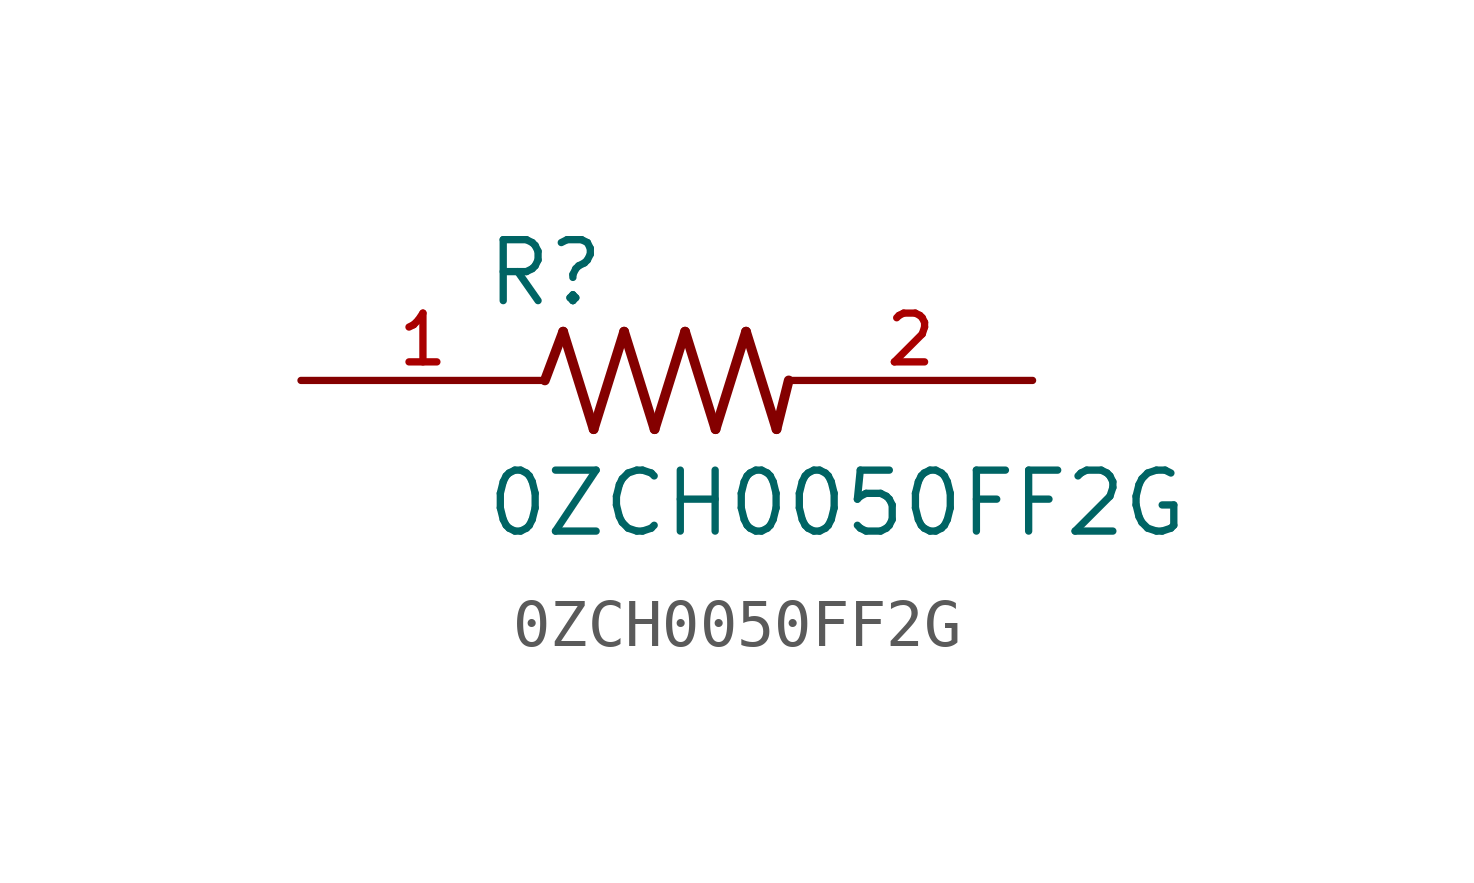
<source format=kicad_sym>
(kicad_symbol_lib
  (version 20211014)
  (generator kicad_symbol_editor)
  (symbol "0ZCH0050FF2G"
    (pin_names
      (offset 1.016))
    (property "Reference" "R"
      (at -3.81 1.499 0)
      (effects (font (size 1.27 1.27)) (justify bottom left)))
    (property "Value" "0ZCH0050FF2G"
      (at -3.81 -3.302 0)
      (effects (font (size 1.27 1.27)) (justify bottom left)))
    (symbol "0ZCH0050FF2G_0_0"
      (polyline (pts (xy -2.54 0.0) (xy -2.159 1.016)) (stroke (width 0.203)))
      (polyline (pts (xy -2.159 1.016) (xy -1.524 -1.016)) (stroke (width 0.203)))
      (polyline (pts (xy -1.524 -1.016) (xy -0.889 1.016)) (stroke (width 0.203)))
      (polyline (pts (xy -0.889 1.016) (xy -0.254 -1.016)) (stroke (width 0.203)))
      (polyline (pts (xy -0.254 -1.016) (xy 0.381 1.016)) (stroke (width 0.203)))
      (polyline (pts (xy 0.381 1.016) (xy 1.016 -1.016)) (stroke (width 0.203)))
      (polyline (pts (xy 1.016 -1.016) (xy 1.651 1.016)) (stroke (width 0.203)))
      (polyline (pts (xy 1.651 1.016) (xy 2.286 -1.016)) (stroke (width 0.203)))
      (polyline (pts (xy 2.286 -1.016) (xy 2.54 0.0)) (stroke (width 0.203)))
      (pin passive line (at 7.62 0.0 180.0) (length 5.08) (name "~" (effects (font (size 1.016 1.016)))) (number "2" (effects (font (size 1.016 1.016)))))
      (pin passive line (at -7.62 0.0 0) (length 5.08) (name "~" (effects (font (size 1.016 1.016)))) (number "1" (effects (font (size 1.016 1.016))))))))
</source>
